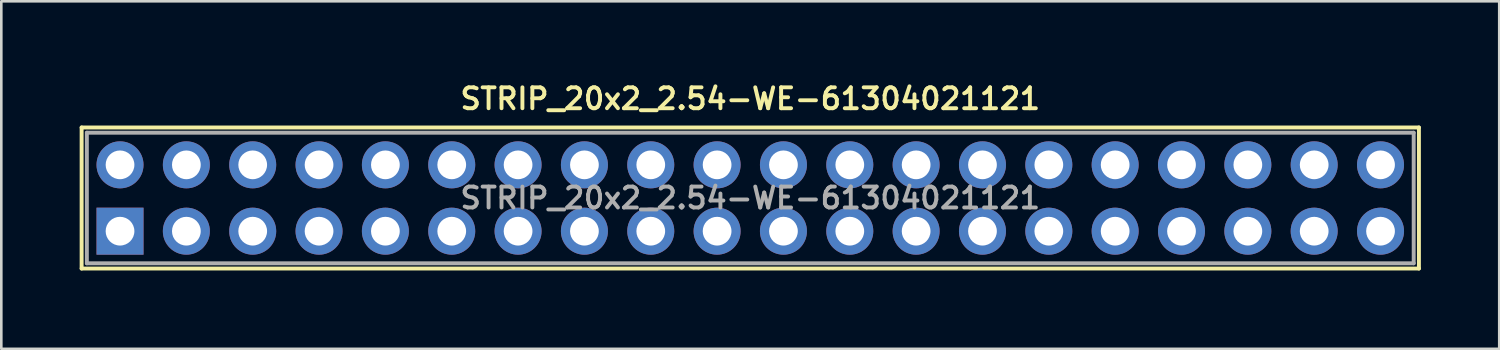
<source format=kicad_pcb>
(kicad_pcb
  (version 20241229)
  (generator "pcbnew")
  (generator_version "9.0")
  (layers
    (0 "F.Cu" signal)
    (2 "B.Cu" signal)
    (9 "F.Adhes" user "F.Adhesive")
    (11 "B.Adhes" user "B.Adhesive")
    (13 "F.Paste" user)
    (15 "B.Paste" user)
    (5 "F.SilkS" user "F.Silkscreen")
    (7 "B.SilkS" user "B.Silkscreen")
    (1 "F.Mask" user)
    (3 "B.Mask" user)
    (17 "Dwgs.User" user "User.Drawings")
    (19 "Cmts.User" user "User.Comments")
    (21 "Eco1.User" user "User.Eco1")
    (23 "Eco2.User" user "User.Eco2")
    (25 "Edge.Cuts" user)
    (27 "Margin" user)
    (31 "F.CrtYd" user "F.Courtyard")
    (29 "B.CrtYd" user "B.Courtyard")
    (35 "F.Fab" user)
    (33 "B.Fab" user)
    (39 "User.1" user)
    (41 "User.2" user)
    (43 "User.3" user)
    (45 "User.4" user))
  (footprint "STRIP_20x2_2.54-WE-61304021121"
    (layer "F.Cu")
    (at 25.675 4.531)
    (property "Reference" "STRIP_20x2_2.54-WE-61304021121" (at 0 -3.8 0) (layer "F.SilkS") (effects (font (size 0.8 0.8) (thickness 0.15))))
    (attr through_hole)
    (fp_line (start -25.6 -2.7) (end 25.6 -2.7) (stroke (width 0.15) (type solid)) (layer "F.SilkS"))
    (fp_line (start -25.6 2.7) (end -25.6 -2.7) (stroke (width 0.15) (type solid)) (layer "F.SilkS"))
    (fp_line (start 25.6 -2.7) (end 25.6 2.7) (stroke (width 0.15) (type solid)) (layer "F.SilkS"))
    (fp_line (start 25.6 2.7) (end -25.6 2.7) (stroke (width 0.15) (type solid)) (layer "F.SilkS"))
    (fp_line (start -25.4 -2.5) (end -25.4 2.5) (stroke (width 0.15) (type solid)) (layer "F.Fab"))
    (fp_line (start -25.4 2.5) (end 25.4 2.5) (stroke (width 0.15) (type solid)) (layer "F.Fab"))
    (fp_line (start -24.43 -1.57) (end -23.83 -1.57) (stroke (width 0.15) (type solid)) (layer "F.Fab"))
    (fp_line (start -24.43 -0.97) (end -24.43 -1.57) (stroke (width 0.15) (type solid)) (layer "F.Fab"))
    (fp_line (start -24.43 0.97) (end -23.83 0.97) (stroke (width 0.15) (type solid)) (layer "F.Fab"))
    (fp_line (start -24.43 1.57) (end -24.43 0.97) (stroke (width 0.15) (type solid)) (layer "F.Fab"))
    (fp_line (start -23.83 -1.57) (end -23.83 -0.97) (stroke (width 0.15) (type solid)) (layer "F.Fab"))
    (fp_line (start -23.83 -0.97) (end -24.43 -0.97) (stroke (width 0.15) (type solid)) (layer "F.Fab"))
    (fp_line (start -23.83 0.97) (end -23.83 1.57) (stroke (width 0.15) (type solid)) (layer "F.Fab"))
    (fp_line (start -23.83 1.57) (end -24.43 1.57) (stroke (width 0.15) (type solid)) (layer "F.Fab"))
    (fp_line (start -21.89 -1.57) (end -21.29 -1.57) (stroke (width 0.15) (type solid)) (layer "F.Fab"))
    (fp_line (start -21.89 -0.97) (end -21.89 -1.57) (stroke (width 0.15) (type solid)) (layer "F.Fab"))
    (fp_line (start -21.89 0.97) (end -21.29 0.97) (stroke (width 0.15) (type solid)) (layer "F.Fab"))
    (fp_line (start -21.89 1.57) (end -21.89 0.97) (stroke (width 0.15) (type solid)) (layer "F.Fab"))
    (fp_line (start -21.29 -1.57) (end -21.29 -0.97) (stroke (width 0.15) (type solid)) (layer "F.Fab"))
    (fp_line (start -21.29 -0.97) (end -21.89 -0.97) (stroke (width 0.15) (type solid)) (layer "F.Fab"))
    (fp_line (start -21.29 0.97) (end -21.29 1.57) (stroke (width 0.15) (type solid)) (layer "F.Fab"))
    (fp_line (start -21.29 1.57) (end -21.89 1.57) (stroke (width 0.15) (type solid)) (layer "F.Fab"))
    (fp_line (start -19.35 -1.57) (end -18.75 -1.57) (stroke (width 0.15) (type solid)) (layer "F.Fab"))
    (fp_line (start -19.35 -0.97) (end -19.35 -1.57) (stroke (width 0.15) (type solid)) (layer "F.Fab"))
    (fp_line (start -19.35 0.97) (end -18.75 0.97) (stroke (width 0.15) (type solid)) (layer "F.Fab"))
    (fp_line (start -19.35 1.57) (end -19.35 0.97) (stroke (width 0.15) (type solid)) (layer "F.Fab"))
    (fp_line (start -18.75 -1.57) (end -18.75 -0.97) (stroke (width 0.15) (type solid)) (layer "F.Fab"))
    (fp_line (start -18.75 -0.97) (end -19.35 -0.97) (stroke (width 0.15) (type solid)) (layer "F.Fab"))
    (fp_line (start -18.75 0.97) (end -18.75 1.57) (stroke (width 0.15) (type solid)) (layer "F.Fab"))
    (fp_line (start -18.75 1.57) (end -19.35 1.57) (stroke (width 0.15) (type solid)) (layer "F.Fab"))
    (fp_line (start -16.81 -1.57) (end -16.21 -1.57) (stroke (width 0.15) (type solid)) (layer "F.Fab"))
    (fp_line (start -16.81 -0.97) (end -16.81 -1.57) (stroke (width 0.15) (type solid)) (layer "F.Fab"))
    (fp_line (start -16.81 0.97) (end -16.21 0.97) (stroke (width 0.15) (type solid)) (layer "F.Fab"))
    (fp_line (start -16.81 1.57) (end -16.81 0.97) (stroke (width 0.15) (type solid)) (layer "F.Fab"))
    (fp_line (start -16.21 -1.57) (end -16.21 -0.97) (stroke (width 0.15) (type solid)) (layer "F.Fab"))
    (fp_line (start -16.21 -0.97) (end -16.81 -0.97) (stroke (width 0.15) (type solid)) (layer "F.Fab"))
    (fp_line (start -16.21 0.97) (end -16.21 1.57) (stroke (width 0.15) (type solid)) (layer "F.Fab"))
    (fp_line (start -16.21 1.57) (end -16.81 1.57) (stroke (width 0.15) (type solid)) (layer "F.Fab"))
    (fp_line (start -14.27 -1.57) (end -13.67 -1.57) (stroke (width 0.15) (type solid)) (layer "F.Fab"))
    (fp_line (start -14.27 -0.97) (end -14.27 -1.57) (stroke (width 0.15) (type solid)) (layer "F.Fab"))
    (fp_line (start -14.27 0.97) (end -13.67 0.97) (stroke (width 0.15) (type solid)) (layer "F.Fab"))
    (fp_line (start -14.27 1.57) (end -14.27 0.97) (stroke (width 0.15) (type solid)) (layer "F.Fab"))
    (fp_line (start -13.67 -1.57) (end -13.67 -0.97) (stroke (width 0.15) (type solid)) (layer "F.Fab"))
    (fp_line (start -13.67 -0.97) (end -14.27 -0.97) (stroke (width 0.15) (type solid)) (layer "F.Fab"))
    (fp_line (start -13.67 0.97) (end -13.67 1.57) (stroke (width 0.15) (type solid)) (layer "F.Fab"))
    (fp_line (start -13.67 1.57) (end -14.27 1.57) (stroke (width 0.15) (type solid)) (layer "F.Fab"))
    (fp_line (start -11.73 -1.57) (end -11.13 -1.57) (stroke (width 0.15) (type solid)) (layer "F.Fab"))
    (fp_line (start -11.73 -0.97) (end -11.73 -1.57) (stroke (width 0.15) (type solid)) (layer "F.Fab"))
    (fp_line (start -11.73 0.97) (end -11.13 0.97) (stroke (width 0.15) (type solid)) (layer "F.Fab"))
    (fp_line (start -11.73 1.57) (end -11.73 0.97) (stroke (width 0.15) (type solid)) (layer "F.Fab"))
    (fp_line (start -11.13 -1.57) (end -11.13 -0.97) (stroke (width 0.15) (type solid)) (layer "F.Fab"))
    (fp_line (start -11.13 -0.97) (end -11.73 -0.97) (stroke (width 0.15) (type solid)) (layer "F.Fab"))
    (fp_line (start -11.13 0.97) (end -11.13 1.57) (stroke (width 0.15) (type solid)) (layer "F.Fab"))
    (fp_line (start -11.13 1.57) (end -11.73 1.57) (stroke (width 0.15) (type solid)) (layer "F.Fab"))
    (fp_line (start -9.19 -1.57) (end -8.59 -1.57) (stroke (width 0.15) (type solid)) (layer "F.Fab"))
    (fp_line (start -9.19 -0.97) (end -9.19 -1.57) (stroke (width 0.15) (type solid)) (layer "F.Fab"))
    (fp_line (start -9.19 0.97) (end -8.59 0.97) (stroke (width 0.15) (type solid)) (layer "F.Fab"))
    (fp_line (start -9.19 1.57) (end -9.19 0.97) (stroke (width 0.15) (type solid)) (layer "F.Fab"))
    (fp_line (start -8.59 -1.57) (end -8.59 -0.97) (stroke (width 0.15) (type solid)) (layer "F.Fab"))
    (fp_line (start -8.59 -0.97) (end -9.19 -0.97) (stroke (width 0.15) (type solid)) (layer "F.Fab"))
    (fp_line (start -8.59 0.97) (end -8.59 1.57) (stroke (width 0.15) (type solid)) (layer "F.Fab"))
    (fp_line (start -8.59 1.57) (end -9.19 1.57) (stroke (width 0.15) (type solid)) (layer "F.Fab"))
    (fp_line (start -6.65 -1.57) (end -6.05 -1.57) (stroke (width 0.15) (type solid)) (layer "F.Fab"))
    (fp_line (start -6.65 -0.97) (end -6.65 -1.57) (stroke (width 0.15) (type solid)) (layer "F.Fab"))
    (fp_line (start -6.65 0.97) (end -6.05 0.97) (stroke (width 0.15) (type solid)) (layer "F.Fab"))
    (fp_line (start -6.65 1.57) (end -6.65 0.97) (stroke (width 0.15) (type solid)) (layer "F.Fab"))
    (fp_line (start -6.05 -1.57) (end -6.05 -0.97) (stroke (width 0.15) (type solid)) (layer "F.Fab"))
    (fp_line (start -6.05 -0.97) (end -6.65 -0.97) (stroke (width 0.15) (type solid)) (layer "F.Fab"))
    (fp_line (start -6.05 0.97) (end -6.05 1.57) (stroke (width 0.15) (type solid)) (layer "F.Fab"))
    (fp_line (start -6.05 1.57) (end -6.65 1.57) (stroke (width 0.15) (type solid)) (layer "F.Fab"))
    (fp_line (start -4.11 -1.57) (end -3.51 -1.57) (stroke (width 0.15) (type solid)) (layer "F.Fab"))
    (fp_line (start -4.11 -0.97) (end -4.11 -1.57) (stroke (width 0.15) (type solid)) (layer "F.Fab"))
    (fp_line (start -4.11 0.97) (end -3.51 0.97) (stroke (width 0.15) (type solid)) (layer "F.Fab"))
    (fp_line (start -4.11 1.57) (end -4.11 0.97) (stroke (width 0.15) (type solid)) (layer "F.Fab"))
    (fp_line (start -3.51 -1.57) (end -3.51 -0.97) (stroke (width 0.15) (type solid)) (layer "F.Fab"))
    (fp_line (start -3.51 -0.97) (end -4.11 -0.97) (stroke (width 0.15) (type solid)) (layer "F.Fab"))
    (fp_line (start -3.51 0.97) (end -3.51 1.57) (stroke (width 0.15) (type solid)) (layer "F.Fab"))
    (fp_line (start -3.51 1.57) (end -4.11 1.57) (stroke (width 0.15) (type solid)) (layer "F.Fab"))
    (fp_line (start -1.57 -1.57) (end -0.97 -1.57) (stroke (width 0.15) (type solid)) (layer "F.Fab"))
    (fp_line (start -1.57 -0.97) (end -1.57 -1.57) (stroke (width 0.15) (type solid)) (layer "F.Fab"))
    (fp_line (start -1.57 0.97) (end -0.97 0.97) (stroke (width 0.15) (type solid)) (layer "F.Fab"))
    (fp_line (start -1.57 1.57) (end -1.57 0.97) (stroke (width 0.15) (type solid)) (layer "F.Fab"))
    (fp_line (start -0.97 -1.57) (end -0.97 -0.97) (stroke (width 0.15) (type solid)) (layer "F.Fab"))
    (fp_line (start -0.97 -0.97) (end -1.57 -0.97) (stroke (width 0.15) (type solid)) (layer "F.Fab"))
    (fp_line (start -0.97 0.97) (end -0.97 1.57) (stroke (width 0.15) (type solid)) (layer "F.Fab"))
    (fp_line (start -0.97 1.57) (end -1.57 1.57) (stroke (width 0.15) (type solid)) (layer "F.Fab"))
    (fp_line (start 0.97 -1.57) (end 1.57 -1.57) (stroke (width 0.15) (type solid)) (layer "F.Fab"))
    (fp_line (start 0.97 -0.97) (end 0.97 -1.57) (stroke (width 0.15) (type solid)) (layer "F.Fab"))
    (fp_line (start 0.97 0.97) (end 1.57 0.97) (stroke (width 0.15) (type solid)) (layer "F.Fab"))
    (fp_line (start 0.97 1.57) (end 0.97 0.97) (stroke (width 0.15) (type solid)) (layer "F.Fab"))
    (fp_line (start 1.57 -1.57) (end 1.57 -0.97) (stroke (width 0.15) (type solid)) (layer "F.Fab"))
    (fp_line (start 1.57 -0.97) (end 0.97 -0.97) (stroke (width 0.15) (type solid)) (layer "F.Fab"))
    (fp_line (start 1.57 0.97) (end 1.57 1.57) (stroke (width 0.15) (type solid)) (layer "F.Fab"))
    (fp_line (start 1.57 1.57) (end 0.97 1.57) (stroke (width 0.15) (type solid)) (layer "F.Fab"))
    (fp_line (start 3.51 -1.57) (end 4.11 -1.57) (stroke (width 0.15) (type solid)) (layer "F.Fab"))
    (fp_line (start 3.51 -0.97) (end 3.51 -1.57) (stroke (width 0.15) (type solid)) (layer "F.Fab"))
    (fp_line (start 3.51 0.97) (end 4.11 0.97) (stroke (width 0.15) (type solid)) (layer "F.Fab"))
    (fp_line (start 3.51 1.57) (end 3.51 0.97) (stroke (width 0.15) (type solid)) (layer "F.Fab"))
    (fp_line (start 4.11 -1.57) (end 4.11 -0.97) (stroke (width 0.15) (type solid)) (layer "F.Fab"))
    (fp_line (start 4.11 -0.97) (end 3.51 -0.97) (stroke (width 0.15) (type solid)) (layer "F.Fab"))
    (fp_line (start 4.11 0.97) (end 4.11 1.57) (stroke (width 0.15) (type solid)) (layer "F.Fab"))
    (fp_line (start 4.11 1.57) (end 3.51 1.57) (stroke (width 0.15) (type solid)) (layer "F.Fab"))
    (fp_line (start 6.05 -1.57) (end 6.65 -1.57) (stroke (width 0.15) (type solid)) (layer "F.Fab"))
    (fp_line (start 6.05 -0.97) (end 6.05 -1.57) (stroke (width 0.15) (type solid)) (layer "F.Fab"))
    (fp_line (start 6.05 0.97) (end 6.65 0.97) (stroke (width 0.15) (type solid)) (layer "F.Fab"))
    (fp_line (start 6.05 1.57) (end 6.05 0.97) (stroke (width 0.15) (type solid)) (layer "F.Fab"))
    (fp_line (start 6.65 -1.57) (end 6.65 -0.97) (stroke (width 0.15) (type solid)) (layer "F.Fab"))
    (fp_line (start 6.65 -0.97) (end 6.05 -0.97) (stroke (width 0.15) (type solid)) (layer "F.Fab"))
    (fp_line (start 6.65 0.97) (end 6.65 1.57) (stroke (width 0.15) (type solid)) (layer "F.Fab"))
    (fp_line (start 6.65 1.57) (end 6.05 1.57) (stroke (width 0.15) (type solid)) (layer "F.Fab"))
    (fp_line (start 8.59 -1.57) (end 9.19 -1.57) (stroke (width 0.15) (type solid)) (layer "F.Fab"))
    (fp_line (start 8.59 -0.97) (end 8.59 -1.57) (stroke (width 0.15) (type solid)) (layer "F.Fab"))
    (fp_line (start 8.59 0.97) (end 9.19 0.97) (stroke (width 0.15) (type solid)) (layer "F.Fab"))
    (fp_line (start 8.59 1.57) (end 8.59 0.97) (stroke (width 0.15) (type solid)) (layer "F.Fab"))
    (fp_line (start 9.19 -1.57) (end 9.19 -0.97) (stroke (width 0.15) (type solid)) (layer "F.Fab"))
    (fp_line (start 9.19 -0.97) (end 8.59 -0.97) (stroke (width 0.15) (type solid)) (layer "F.Fab"))
    (fp_line (start 9.19 0.97) (end 9.19 1.57) (stroke (width 0.15) (type solid)) (layer "F.Fab"))
    (fp_line (start 9.19 1.57) (end 8.59 1.57) (stroke (width 0.15) (type solid)) (layer "F.Fab"))
    (fp_line (start 11.13 -1.57) (end 11.73 -1.57) (stroke (width 0.15) (type solid)) (layer "F.Fab"))
    (fp_line (start 11.13 -0.97) (end 11.13 -1.57) (stroke (width 0.15) (type solid)) (layer "F.Fab"))
    (fp_line (start 11.13 0.97) (end 11.73 0.97) (stroke (width 0.15) (type solid)) (layer "F.Fab"))
    (fp_line (start 11.13 1.57) (end 11.13 0.97) (stroke (width 0.15) (type solid)) (layer "F.Fab"))
    (fp_line (start 11.73 -1.57) (end 11.73 -0.97) (stroke (width 0.15) (type solid)) (layer "F.Fab"))
    (fp_line (start 11.73 -0.97) (end 11.13 -0.97) (stroke (width 0.15) (type solid)) (layer "F.Fab"))
    (fp_line (start 11.73 0.97) (end 11.73 1.57) (stroke (width 0.15) (type solid)) (layer "F.Fab"))
    (fp_line (start 11.73 1.57) (end 11.13 1.57) (stroke (width 0.15) (type solid)) (layer "F.Fab"))
    (fp_line (start 13.67 -1.57) (end 14.27 -1.57) (stroke (width 0.15) (type solid)) (layer "F.Fab"))
    (fp_line (start 13.67 -0.97) (end 13.67 -1.57) (stroke (width 0.15) (type solid)) (layer "F.Fab"))
    (fp_line (start 13.67 0.97) (end 14.27 0.97) (stroke (width 0.15) (type solid)) (layer "F.Fab"))
    (fp_line (start 13.67 1.57) (end 13.67 0.97) (stroke (width 0.15) (type solid)) (layer "F.Fab"))
    (fp_line (start 14.27 -1.57) (end 14.27 -0.97) (stroke (width 0.15) (type solid)) (layer "F.Fab"))
    (fp_line (start 14.27 -0.97) (end 13.67 -0.97) (stroke (width 0.15) (type solid)) (layer "F.Fab"))
    (fp_line (start 14.27 0.97) (end 14.27 1.57) (stroke (width 0.15) (type solid)) (layer "F.Fab"))
    (fp_line (start 14.27 1.57) (end 13.67 1.57) (stroke (width 0.15) (type solid)) (layer "F.Fab"))
    (fp_line (start 16.21 -1.57) (end 16.81 -1.57) (stroke (width 0.15) (type solid)) (layer "F.Fab"))
    (fp_line (start 16.21 -0.97) (end 16.21 -1.57) (stroke (width 0.15) (type solid)) (layer "F.Fab"))
    (fp_line (start 16.21 0.97) (end 16.81 0.97) (stroke (width 0.15) (type solid)) (layer "F.Fab"))
    (fp_line (start 16.21 1.57) (end 16.21 0.97) (stroke (width 0.15) (type solid)) (layer "F.Fab"))
    (fp_line (start 16.81 -1.57) (end 16.81 -0.97) (stroke (width 0.15) (type solid)) (layer "F.Fab"))
    (fp_line (start 16.81 -0.97) (end 16.21 -0.97) (stroke (width 0.15) (type solid)) (layer "F.Fab"))
    (fp_line (start 16.81 0.97) (end 16.81 1.57) (stroke (width 0.15) (type solid)) (layer "F.Fab"))
    (fp_line (start 16.81 1.57) (end 16.21 1.57) (stroke (width 0.15) (type solid)) (layer "F.Fab"))
    (fp_line (start 18.75 -1.57) (end 19.35 -1.57) (stroke (width 0.15) (type solid)) (layer "F.Fab"))
    (fp_line (start 18.75 -0.97) (end 18.75 -1.57) (stroke (width 0.15) (type solid)) (layer "F.Fab"))
    (fp_line (start 18.75 0.97) (end 19.35 0.97) (stroke (width 0.15) (type solid)) (layer "F.Fab"))
    (fp_line (start 18.75 1.57) (end 18.75 0.97) (stroke (width 0.15) (type solid)) (layer "F.Fab"))
    (fp_line (start 19.35 -1.57) (end 19.35 -0.97) (stroke (width 0.15) (type solid)) (layer "F.Fab"))
    (fp_line (start 19.35 -0.97) (end 18.75 -0.97) (stroke (width 0.15) (type solid)) (layer "F.Fab"))
    (fp_line (start 19.35 0.97) (end 19.35 1.57) (stroke (width 0.15) (type solid)) (layer "F.Fab"))
    (fp_line (start 19.35 1.57) (end 18.75 1.57) (stroke (width 0.15) (type solid)) (layer "F.Fab"))
    (fp_line (start 21.29 -1.57) (end 21.89 -1.57) (stroke (width 0.15) (type solid)) (layer "F.Fab"))
    (fp_line (start 21.29 -0.97) (end 21.29 -1.57) (stroke (width 0.15) (type solid)) (layer "F.Fab"))
    (fp_line (start 21.29 0.97) (end 21.89 0.97) (stroke (width 0.15) (type solid)) (layer "F.Fab"))
    (fp_line (start 21.29 1.57) (end 21.29 0.97) (stroke (width 0.15) (type solid)) (layer "F.Fab"))
    (fp_line (start 21.89 -1.57) (end 21.89 -0.97) (stroke (width 0.15) (type solid)) (layer "F.Fab"))
    (fp_line (start 21.89 -0.97) (end 21.29 -0.97) (stroke (width 0.15) (type solid)) (layer "F.Fab"))
    (fp_line (start 21.89 0.97) (end 21.89 1.57) (stroke (width 0.15) (type solid)) (layer "F.Fab"))
    (fp_line (start 21.89 1.57) (end 21.29 1.57) (stroke (width 0.15) (type solid)) (layer "F.Fab"))
    (fp_line (start 23.83 -1.57) (end 24.43 -1.57) (stroke (width 0.15) (type solid)) (layer "F.Fab"))
    (fp_line (start 23.83 -0.97) (end 23.83 -1.57) (stroke (width 0.15) (type solid)) (layer "F.Fab"))
    (fp_line (start 23.83 0.97) (end 24.43 0.97) (stroke (width 0.15) (type solid)) (layer "F.Fab"))
    (fp_line (start 23.83 1.57) (end 23.83 0.97) (stroke (width 0.15) (type solid)) (layer "F.Fab"))
    (fp_line (start 24.43 -1.57) (end 24.43 -0.97) (stroke (width 0.15) (type solid)) (layer "F.Fab"))
    (fp_line (start 24.43 -0.97) (end 23.83 -0.97) (stroke (width 0.15) (type solid)) (layer "F.Fab"))
    (fp_line (start 24.43 0.97) (end 24.43 1.57) (stroke (width 0.15) (type solid)) (layer "F.Fab"))
    (fp_line (start 24.43 1.57) (end 23.83 1.57) (stroke (width 0.15) (type solid)) (layer "F.Fab"))
    (fp_line (start 25.4 -2.5) (end -25.4 -2.5) (stroke (width 0.15) (type solid)) (layer "F.Fab"))
    (fp_line (start 25.4 2.5) (end 25.4 -2.5) (stroke (width 0.15) (type solid)) (layer "F.Fab"))
    (fp_text user "${REFERENCE}" (at 0 0 0) (layer "F.Fab") (effects (font (size 0.8 0.8) (thickness 0.15))))
    (pad "1" thru_hole rect (at -24.13 1.27) (size 1.8 1.8) (drill 1.1) (layers "*.Cu" "*.Mask"))
    (pad "2" thru_hole circle (at -24.13 -1.27) (size 1.8 1.8) (drill 1.1) (layers "*.Cu" "*.Mask"))
    (pad "3" thru_hole circle (at -21.59 1.27) (size 1.8 1.8) (drill 1.1) (layers "*.Cu" "*.Mask"))
    (pad "4" thru_hole circle (at -21.59 -1.27) (size 1.8 1.8) (drill 1.1) (layers "*.Cu" "*.Mask"))
    (pad "5" thru_hole circle (at -19.05 1.27) (size 1.8 1.8) (drill 1.1) (layers "*.Cu" "*.Mask"))
    (pad "6" thru_hole circle (at -19.05 -1.27) (size 1.8 1.8) (drill 1.1) (layers "*.Cu" "*.Mask"))
    (pad "7" thru_hole circle (at -16.51 1.27) (size 1.8 1.8) (drill 1.1) (layers "*.Cu" "*.Mask"))
    (pad "8" thru_hole circle (at -16.51 -1.27) (size 1.8 1.8) (drill 1.1) (layers "*.Cu" "*.Mask"))
    (pad "9" thru_hole circle (at -13.97 1.27) (size 1.8 1.8) (drill 1.1) (layers "*.Cu" "*.Mask"))
    (pad "10" thru_hole circle (at -13.97 -1.27) (size 1.8 1.8) (drill 1.1) (layers "*.Cu" "*.Mask"))
    (pad "11" thru_hole circle (at -11.43 1.27) (size 1.8 1.8) (drill 1.1) (layers "*.Cu" "*.Mask"))
    (pad "12" thru_hole circle (at -11.43 -1.27) (size 1.8 1.8) (drill 1.1) (layers "*.Cu" "*.Mask"))
    (pad "13" thru_hole circle (at -8.89 1.27) (size 1.8 1.8) (drill 1.1) (layers "*.Cu" "*.Mask"))
    (pad "14" thru_hole circle (at -8.89 -1.27) (size 1.8 1.8) (drill 1.1) (layers "*.Cu" "*.Mask"))
    (pad "15" thru_hole circle (at -6.35 1.27) (size 1.8 1.8) (drill 1.1) (layers "*.Cu" "*.Mask"))
    (pad "16" thru_hole circle (at -6.35 -1.27) (size 1.8 1.8) (drill 1.1) (layers "*.Cu" "*.Mask"))
    (pad "17" thru_hole circle (at -3.81 1.27) (size 1.8 1.8) (drill 1.1) (layers "*.Cu" "*.Mask"))
    (pad "18" thru_hole circle (at -3.81 -1.27) (size 1.8 1.8) (drill 1.1) (layers "*.Cu" "*.Mask"))
    (pad "19" thru_hole circle (at -1.27 1.27) (size 1.8 1.8) (drill 1.1) (layers "*.Cu" "*.Mask"))
    (pad "20" thru_hole circle (at -1.27 -1.27) (size 1.8 1.8) (drill 1.1) (layers "*.Cu" "*.Mask"))
    (pad "21" thru_hole circle (at 1.27 1.27) (size 1.8 1.8) (drill 1.1) (layers "*.Cu" "*.Mask"))
    (pad "22" thru_hole circle (at 1.27 -1.27) (size 1.8 1.8) (drill 1.1) (layers "*.Cu" "*.Mask"))
    (pad "23" thru_hole circle (at 3.81 1.27) (size 1.8 1.8) (drill 1.1) (layers "*.Cu" "*.Mask"))
    (pad "24" thru_hole circle (at 3.81 -1.27) (size 1.8 1.8) (drill 1.1) (layers "*.Cu" "*.Mask"))
    (pad "25" thru_hole circle (at 6.35 1.27) (size 1.8 1.8) (drill 1.1) (layers "*.Cu" "*.Mask"))
    (pad "26" thru_hole circle (at 6.35 -1.27) (size 1.8 1.8) (drill 1.1) (layers "*.Cu" "*.Mask"))
    (pad "27" thru_hole circle (at 8.89 1.27) (size 1.8 1.8) (drill 1.1) (layers "*.Cu" "*.Mask"))
    (pad "28" thru_hole circle (at 8.89 -1.27) (size 1.8 1.8) (drill 1.1) (layers "*.Cu" "*.Mask"))
    (pad "29" thru_hole circle (at 11.43 1.27) (size 1.8 1.8) (drill 1.1) (layers "*.Cu" "*.Mask"))
    (pad "30" thru_hole circle (at 11.43 -1.27) (size 1.8 1.8) (drill 1.1) (layers "*.Cu" "*.Mask"))
    (pad "31" thru_hole circle (at 13.97 1.27) (size 1.8 1.8) (drill 1.1) (layers "*.Cu" "*.Mask"))
    (pad "32" thru_hole circle (at 13.97 -1.27) (size 1.8 1.8) (drill 1.1) (layers "*.Cu" "*.Mask"))
    (pad "33" thru_hole circle (at 16.51 1.27) (size 1.8 1.8) (drill 1.1) (layers "*.Cu" "*.Mask"))
    (pad "34" thru_hole circle (at 16.51 -1.27) (size 1.8 1.8) (drill 1.1) (layers "*.Cu" "*.Mask"))
    (pad "35" thru_hole circle (at 19.05 1.27) (size 1.8 1.8) (drill 1.1) (layers "*.Cu" "*.Mask"))
    (pad "36" thru_hole circle (at 19.05 -1.27) (size 1.8 1.8) (drill 1.1) (layers "*.Cu" "*.Mask"))
    (pad "37" thru_hole circle (at 21.59 1.27) (size 1.8 1.8) (drill 1.1) (layers "*.Cu" "*.Mask"))
    (pad "38" thru_hole circle (at 21.59 -1.27) (size 1.8 1.8) (drill 1.1) (layers "*.Cu" "*.Mask"))
    (pad "39" thru_hole circle (at 24.13 1.27) (size 1.8 1.8) (drill 1.1) (layers "*.Cu" "*.Mask"))
    (pad "40" thru_hole circle (at 24.13 -1.27) (size 1.8 1.8) (drill 1.1) (layers "*.Cu" "*.Mask")))
  (gr_rect
    (start -3 -3)
    (end 54.35 10.306)
    (stroke (width 0.1) (type default))
    (fill no)
    (layer "Edge.Cuts")))
</source>
